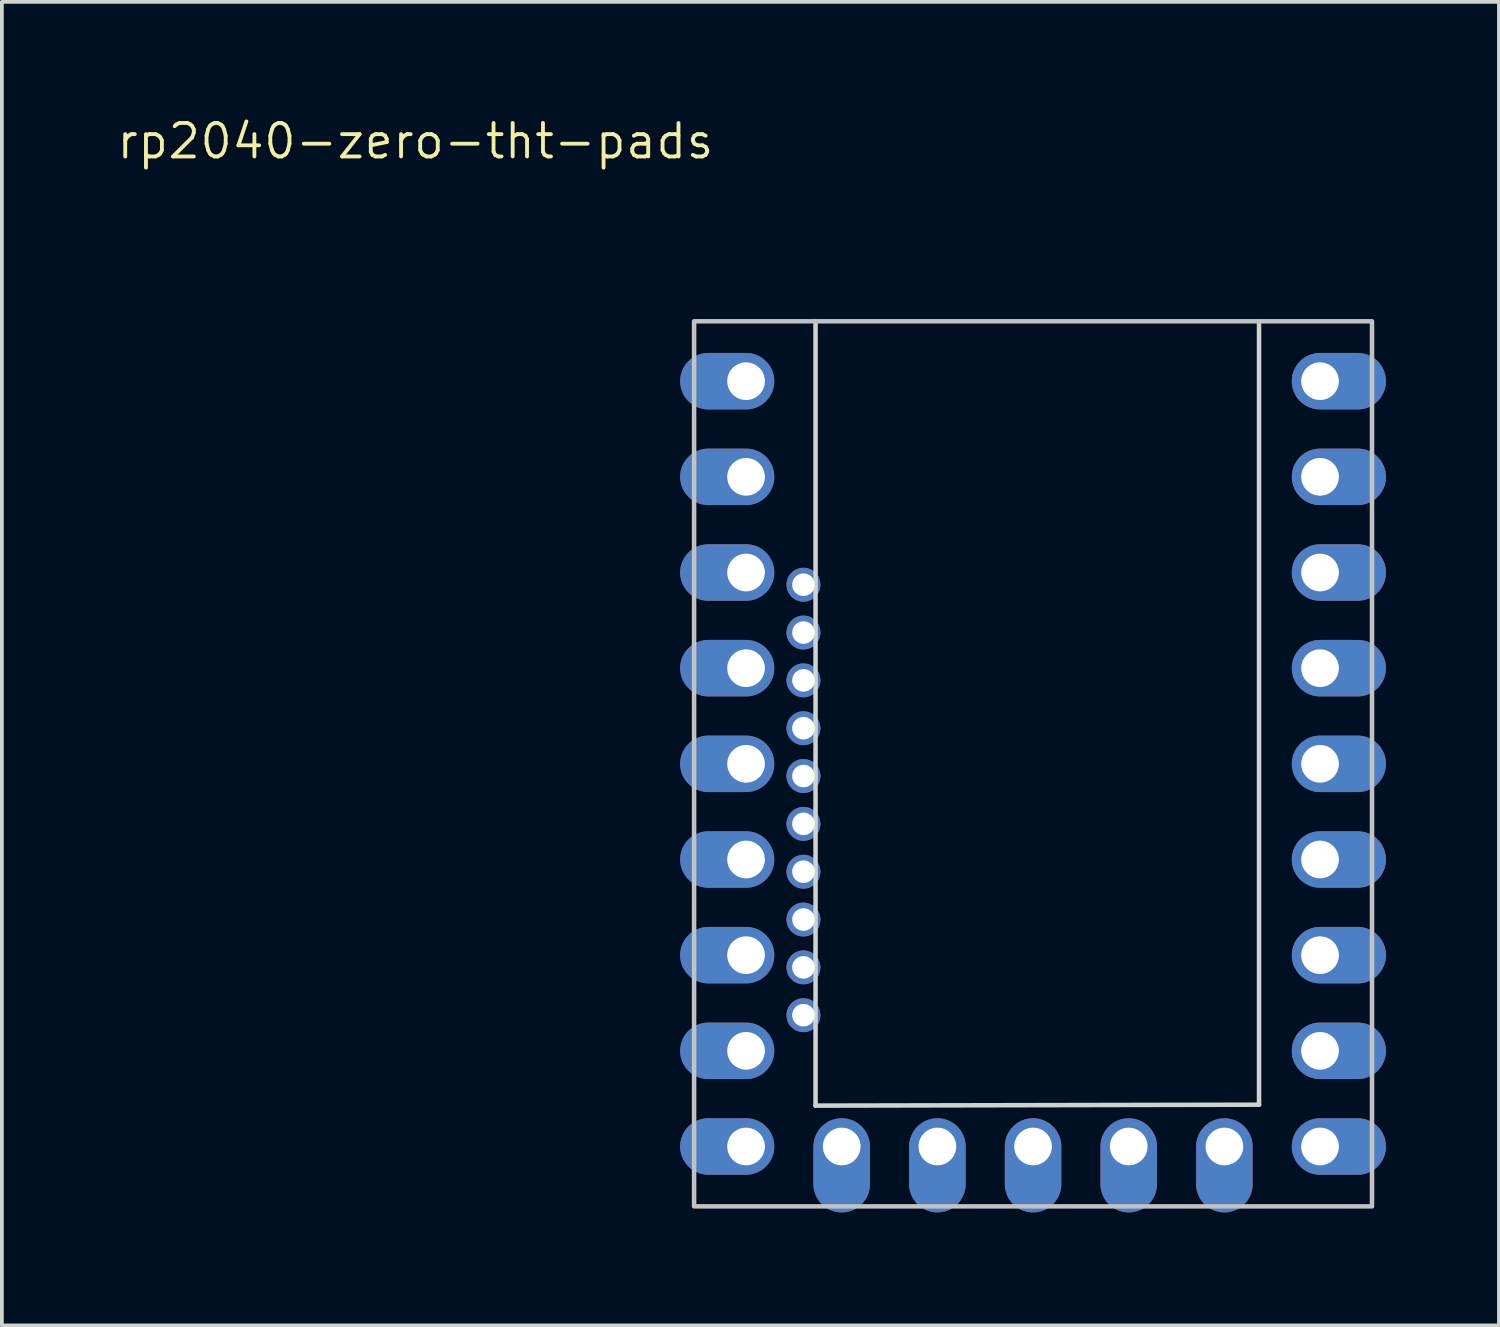
<source format=kicad_pcb>
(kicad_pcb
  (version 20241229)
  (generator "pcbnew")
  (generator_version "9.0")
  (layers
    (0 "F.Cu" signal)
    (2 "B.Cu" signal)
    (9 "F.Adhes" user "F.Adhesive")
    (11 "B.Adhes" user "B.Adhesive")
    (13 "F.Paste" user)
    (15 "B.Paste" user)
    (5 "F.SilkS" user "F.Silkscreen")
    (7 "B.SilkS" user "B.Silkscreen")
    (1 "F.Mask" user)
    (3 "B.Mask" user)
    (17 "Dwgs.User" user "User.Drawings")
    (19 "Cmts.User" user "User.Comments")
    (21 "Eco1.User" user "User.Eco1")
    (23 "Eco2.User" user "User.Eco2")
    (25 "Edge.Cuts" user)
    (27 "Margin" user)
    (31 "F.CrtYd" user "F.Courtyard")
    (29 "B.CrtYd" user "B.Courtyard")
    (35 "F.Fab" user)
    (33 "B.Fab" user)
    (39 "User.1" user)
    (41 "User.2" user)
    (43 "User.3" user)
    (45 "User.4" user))
  (footprint "rp2040-zero-tht-pads"
    (layer "F.Cu")
    (at 24.379 17.231)
    (property "Reference" "rp2040-zero-tht-pads" (at -16.399 -16.533 0) (layer "F.SilkS") (effects (font (size 0.889 0.889) (thickness 0.102))))
    (attr through_hole exclude_from_pos_files)
    (fp_rect (start -9 -11.75) (end 9 11.75) (stroke (width 0.12) (type solid)) (fill no) (layer "Dwgs.User"))
    (fp_line (start -5.775 -11.75) (end -5.775 9.075) (stroke (width 0.12) (type solid)) (layer "Edge.Cuts"))
    (fp_line (start -5.775 9.075) (end 6 9.05) (stroke (width 0.12) (type solid)) (layer "Edge.Cuts"))
    (fp_line (start 6 9.05) (end 6 -11.75) (stroke (width 0.12) (type solid)) (layer "Edge.Cuts"))
    (pad "1" thru_hole oval (at 7.62 -10.16 180) (size 2.5 1.5) (drill 1 (offset -0.5 0)) (layers "*.Cu" "*.Mask"))
    (pad "2" thru_hole oval (at 7.62 -7.62 180) (size 2.5 1.5) (drill 1 (offset -0.5 0)) (layers "*.Cu" "*.Mask"))
    (pad "3" thru_hole oval (at 7.62 -5.08 180) (size 2.5 1.5) (drill 1 (offset -0.5 0)) (layers "*.Cu" "*.Mask"))
    (pad "4" thru_hole oval (at 7.62 -2.54 180) (size 2.5 1.5) (drill 1 (offset -0.5 0)) (layers "*.Cu" "*.Mask"))
    (pad "5" thru_hole oval (at 7.62 0 180) (size 2.5 1.5) (drill 1 (offset -0.5 0)) (layers "*.Cu" "*.Mask"))
    (pad "6" thru_hole oval (at 7.62 2.54 180) (size 2.5 1.5) (drill 1 (offset -0.5 0)) (layers "*.Cu" "*.Mask"))
    (pad "7" thru_hole oval (at 7.62 5.08 180) (size 2.5 1.5) (drill 1 (offset -0.5 0)) (layers "*.Cu" "*.Mask"))
    (pad "8" thru_hole oval (at 7.62 7.62 180) (size 2.5 1.5) (drill 1 (offset -0.5 0)) (layers "*.Cu" "*.Mask"))
    (pad "9" thru_hole oval (at 7.62 10.16 180) (size 2.5 1.5) (drill 1 (offset -0.5 0)) (layers "*.Cu" "*.Mask"))
    (pad "10" thru_hole oval (at 5.08 10.16 90) (size 2.5 1.5) (drill 1 (offset -0.5 0)) (layers "*.Cu" "*.Mask"))
    (pad "11" thru_hole oval (at 2.54 10.16 90) (size 2.5 1.5) (drill 1 (offset -0.5 0)) (layers "*.Cu" "*.Mask"))
    (pad "12" thru_hole oval (at 0 10.16 90) (size 2.5 1.5) (drill 1 (offset -0.5 0)) (layers "*.Cu" "*.Mask"))
    (pad "13" thru_hole oval (at -2.54 10.16 90) (size 2.5 1.5) (drill 1 (offset -0.5 0)) (layers "*.Cu" "*.Mask"))
    (pad "14" thru_hole oval (at -5.08 10.16 90) (size 2.5 1.5) (drill 1 (offset -0.5 0)) (layers "*.Cu" "*.Mask"))
    (pad "15" thru_hole oval (at -7.62 10.16) (size 2.5 1.5) (drill 1 (offset -0.5 0)) (layers "*.Cu" "*.Mask"))
    (pad "16" thru_hole oval (at -7.62 7.62) (size 2.5 1.5) (drill 1 (offset -0.5 0)) (layers "*.Cu" "*.Mask"))
    (pad "17" thru_hole oval (at -7.62 5.08) (size 2.5 1.5) (drill 1 (offset -0.5 0)) (layers "*.Cu" "*.Mask"))
    (pad "18" thru_hole oval (at -7.62 2.54) (size 2.5 1.5) (drill 1 (offset -0.5 0)) (layers "*.Cu" "*.Mask"))
    (pad "19" thru_hole oval (at -7.62 0) (size 2.5 1.5) (drill 1 (offset -0.5 0)) (layers "*.Cu" "*.Mask"))
    (pad "20" thru_hole oval (at -7.62 -2.54) (size 2.5 1.5) (drill 1 (offset -0.5 0)) (layers "*.Cu" "*.Mask"))
    (pad "21" thru_hole oval (at -7.62 -5.08) (size 2.5 1.5) (drill 1 (offset -0.5 0)) (layers "*.Cu" "*.Mask"))
    (pad "22" thru_hole oval (at -7.62 -7.62) (size 2.5 1.5) (drill 1 (offset -0.5 0)) (layers "*.Cu" "*.Mask"))
    (pad "23" thru_hole oval (at -7.62 -10.16) (size 2.5 1.5) (drill 1 (offset -0.5 0)) (layers "*.Cu" "*.Mask"))
    (pad "24" thru_hole circle (at -6.096 6.674) (size 0.9 0.9) (drill 0.6) (layers "*.Cu" "*.Mask"))
    (pad "25" thru_hole circle (at -6.096 5.404) (size 0.9 0.9) (drill 0.6) (layers "*.Cu" "*.Mask"))
    (pad "26" thru_hole circle (at -6.096 4.134) (size 0.9 0.9) (drill 0.6) (layers "*.Cu" "*.Mask"))
    (pad "27" thru_hole circle (at -6.096 2.864) (size 0.9 0.9) (drill 0.6) (layers "*.Cu" "*.Mask"))
    (pad "28" thru_hole circle (at -6.096 1.594) (size 0.9 0.9) (drill 0.6) (layers "*.Cu" "*.Mask"))
    (pad "29" thru_hole circle (at -6.096 0.324) (size 0.9 0.9) (drill 0.6) (layers "*.Cu" "*.Mask"))
    (pad "30" thru_hole circle (at -6.096 -0.946) (size 0.9 0.9) (drill 0.6) (layers "*.Cu" "*.Mask"))
    (pad "31" thru_hole circle (at -6.096 -2.216) (size 0.9 0.9) (drill 0.6) (layers "*.Cu" "*.Mask"))
    (pad "32" thru_hole circle (at -6.096 -3.486) (size 0.9 0.9) (drill 0.6) (layers "*.Cu" "*.Mask"))
    (pad "33" thru_hole circle (at -6.096 -4.756) (size 0.9 0.9) (drill 0.6) (layers "*.Cu" "*.Mask")))
  (gr_rect
    (start -3 -3)
    (end 36.749 32.141)
    (stroke (width 0.1) (type default))
    (fill no)
    (layer "Edge.Cuts")))
</source>
